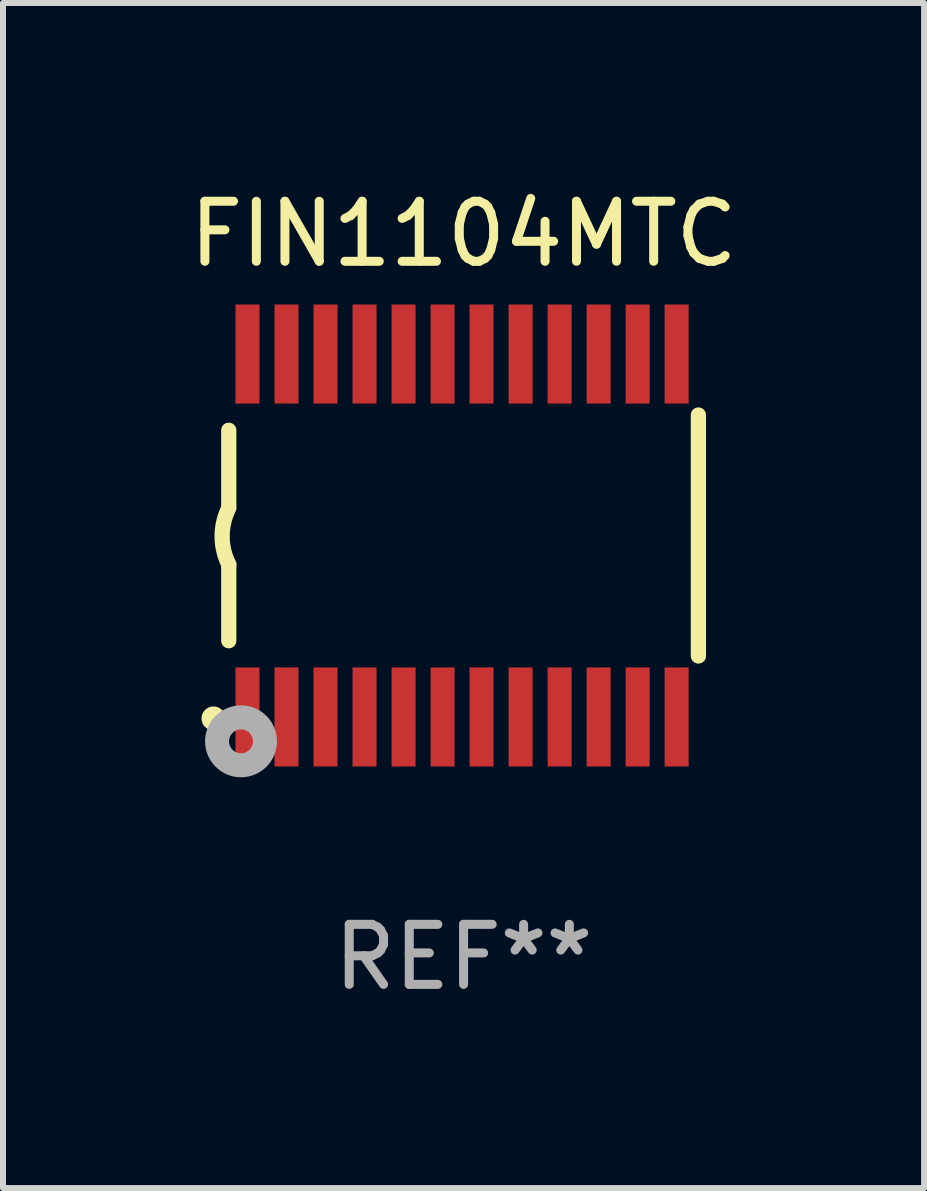
<source format=kicad_pcb>
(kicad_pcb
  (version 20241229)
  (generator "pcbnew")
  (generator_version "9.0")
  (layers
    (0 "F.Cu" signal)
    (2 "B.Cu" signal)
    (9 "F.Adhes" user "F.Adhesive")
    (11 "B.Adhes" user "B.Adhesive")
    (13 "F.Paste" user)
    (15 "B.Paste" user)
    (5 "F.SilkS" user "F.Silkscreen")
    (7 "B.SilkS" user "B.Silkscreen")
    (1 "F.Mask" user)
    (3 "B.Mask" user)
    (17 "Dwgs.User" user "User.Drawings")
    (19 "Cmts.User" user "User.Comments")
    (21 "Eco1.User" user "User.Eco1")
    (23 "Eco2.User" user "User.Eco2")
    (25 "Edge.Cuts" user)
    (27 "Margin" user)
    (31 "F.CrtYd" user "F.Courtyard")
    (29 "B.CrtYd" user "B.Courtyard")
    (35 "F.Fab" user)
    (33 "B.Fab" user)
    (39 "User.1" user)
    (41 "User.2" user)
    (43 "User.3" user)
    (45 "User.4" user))
  (footprint "FIN1104MTC"
    (layer "F.Cu")
    (at 4.673 5.871)
    (property "Reference" "FIN1104MTC" (at 0 -5.023 0) (layer "F.SilkS") (effects (font (size 1 1) (thickness 0.15))))
    (attr through_hole)
    (fp_line (start -3.912 -0.483) (end -3.912 -1.753) (stroke (width 0.254) (type solid)) (layer "F.SilkS"))
    (fp_line (start -3.912 1.753) (end -3.912 0.483) (stroke (width 0.254) (type solid)) (layer "F.SilkS"))
    (fp_line (start 3.912 -2.007) (end 3.912 2.007) (stroke (width 0.254) (type solid)) (layer "F.SilkS"))
    (fp_arc (start -3.911608 0.482601) (mid -4.022537 0.0127) (end -3.911608 -0.457201) (stroke (width 0.254001) (type solid)) (layer "F.SilkS"))
    (fp_circle (center -4.166 3.048) (end -4.066 3.048) (stroke (width 0.2) (type solid)) (fill no) (layer "F.SilkS"))
    (fp_circle (center -3.925 3.186) (end -3.895 3.186) (stroke (width 0.06) (type solid)) (fill no) (layer "F.SilkS"))
    (fp_circle (center -3.708 3.429) (end -3.509 3.429) (stroke (width 0.4) (type solid)) (fill no) (layer "F.Fab"))
    (fp_text user "REF**" (at 0 7.023 0) (layer "F.Fab") (effects (font (size 1 1) (thickness 0.15))))
    (pad "1" smd rect (at -3.6 3.023) (size 0.4 1.65) (layers "F.Cu" "F.Mask" "F.Paste"))
    (pad "2" smd rect (at -2.95 3.023) (size 0.4 1.65) (layers "F.Cu" "F.Mask" "F.Paste"))
    (pad "3" smd rect (at -2.3 3.023) (size 0.4 1.65) (layers "F.Cu" "F.Mask" "F.Paste"))
    (pad "4" smd rect (at -1.65 3.023) (size 0.4 1.65) (layers "F.Cu" "F.Mask" "F.Paste"))
    (pad "5" smd rect (at -1 3.023) (size 0.4 1.65) (layers "F.Cu" "F.Mask" "F.Paste"))
    (pad "6" smd rect (at -0.35 3.023) (size 0.4 1.65) (layers "F.Cu" "F.Mask" "F.Paste"))
    (pad "7" smd rect (at 0.299 3.023) (size 0.4 1.65) (layers "F.Cu" "F.Mask" "F.Paste"))
    (pad "8" smd rect (at 0.95 3.023) (size 0.4 1.65) (layers "F.Cu" "F.Mask" "F.Paste"))
    (pad "9" smd rect (at 1.6 3.023) (size 0.4 1.65) (layers "F.Cu" "F.Mask" "F.Paste"))
    (pad "10" smd rect (at 2.25 3.023) (size 0.4 1.65) (layers "F.Cu" "F.Mask" "F.Paste"))
    (pad "11" smd rect (at 2.9 3.023) (size 0.4 1.65) (layers "F.Cu" "F.Mask" "F.Paste"))
    (pad "12" smd rect (at 3.549 3.023) (size 0.4 1.65) (layers "F.Cu" "F.Mask" "F.Paste"))
    (pad "13" smd rect (at 3.549 -3.023) (size 0.4 1.65) (layers "F.Cu" "F.Mask" "F.Paste"))
    (pad "14" smd rect (at 2.9 -3.023) (size 0.4 1.65) (layers "F.Cu" "F.Mask" "F.Paste"))
    (pad "15" smd rect (at 2.25 -3.023) (size 0.4 1.65) (layers "F.Cu" "F.Mask" "F.Paste"))
    (pad "16" smd rect (at 1.6 -3.023) (size 0.4 1.65) (layers "F.Cu" "F.Mask" "F.Paste"))
    (pad "17" smd rect (at 0.95 -3.023) (size 0.4 1.65) (layers "F.Cu" "F.Mask" "F.Paste"))
    (pad "18" smd rect (at 0.299 -3.023) (size 0.4 1.65) (layers "F.Cu" "F.Mask" "F.Paste"))
    (pad "19" smd rect (at -0.35 -3.023) (size 0.4 1.65) (layers "F.Cu" "F.Mask" "F.Paste"))
    (pad "20" smd rect (at -1 -3.023) (size 0.4 1.65) (layers "F.Cu" "F.Mask" "F.Paste"))
    (pad "21" smd rect (at -1.65 -3.023) (size 0.4 1.65) (layers "F.Cu" "F.Mask" "F.Paste"))
    (pad "22" smd rect (at -2.3 -3.023) (size 0.4 1.65) (layers "F.Cu" "F.Mask" "F.Paste"))
    (pad "23" smd rect (at -2.95 -3.023) (size 0.4 1.65) (layers "F.Cu" "F.Mask" "F.Paste"))
    (pad "24" smd rect (at -3.6 -3.023) (size 0.4 1.65) (layers "F.Cu" "F.Mask" "F.Paste")))
  (gr_rect
    (start -3 -3)
    (end 12.345 16.742)
    (stroke (width 0.1) (type default))
    (fill no)
    (layer "Edge.Cuts")))
</source>
